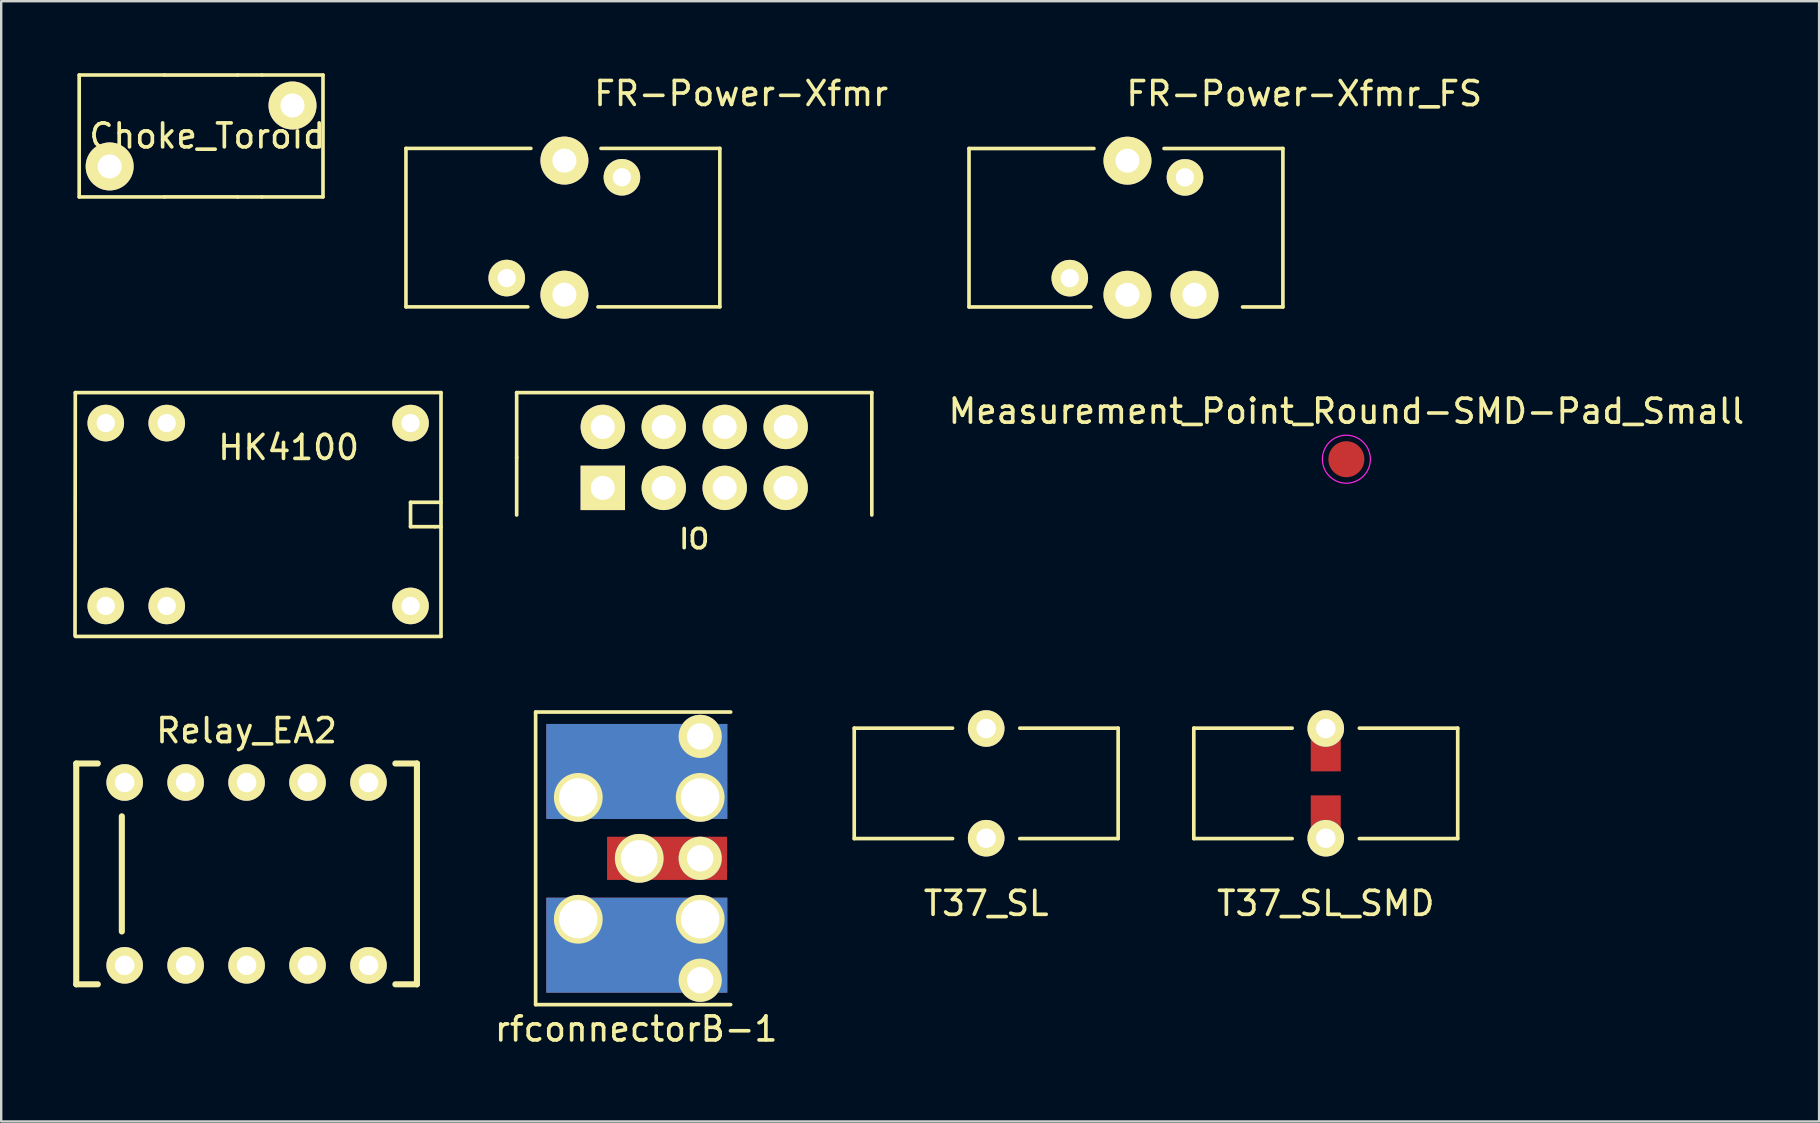
<source format=kicad_pcb>
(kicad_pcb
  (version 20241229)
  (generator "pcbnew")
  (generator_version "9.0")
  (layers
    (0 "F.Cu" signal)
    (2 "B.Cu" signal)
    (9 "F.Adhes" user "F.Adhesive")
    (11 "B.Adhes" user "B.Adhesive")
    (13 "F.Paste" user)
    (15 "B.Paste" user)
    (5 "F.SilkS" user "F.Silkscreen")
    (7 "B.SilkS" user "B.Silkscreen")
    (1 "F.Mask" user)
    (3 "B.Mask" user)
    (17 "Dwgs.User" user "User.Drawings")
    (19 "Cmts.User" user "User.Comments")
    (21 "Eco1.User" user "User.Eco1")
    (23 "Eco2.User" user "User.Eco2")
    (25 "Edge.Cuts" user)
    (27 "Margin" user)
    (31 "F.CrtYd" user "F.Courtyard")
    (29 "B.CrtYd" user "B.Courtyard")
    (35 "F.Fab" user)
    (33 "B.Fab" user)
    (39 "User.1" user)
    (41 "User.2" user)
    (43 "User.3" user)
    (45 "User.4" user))
  (footprint "Choke_Toroid"
    (layer "F.Cu")
    (at 0.25 5.156)
    (property "Reference" "Choke_Toroid" (at 5.334 -2.54 0) (layer "F.SilkS") (effects (font (size 1 1) (thickness 0.152))))
    (attr through_hole)
    (fp_line (start 0 -5.08) (end 0 0) (stroke (width 0.152) (type solid)) (layer "F.SilkS"))
    (fp_line (start 0 -5.08) (end 3.556 -5.08) (stroke (width 0.15) (type solid)) (layer "F.SilkS"))
    (fp_line (start 0 0) (end 3.556 0) (stroke (width 0.15) (type solid)) (layer "F.SilkS"))
    (fp_line (start 3.556 -5.08) (end 6.604 -5.08) (stroke (width 0.152) (type solid)) (layer "F.SilkS"))
    (fp_line (start 3.556 0) (end 6.604 0) (stroke (width 0.152) (type solid)) (layer "F.SilkS"))
    (fp_line (start 7.62 -5.08) (end 6.604 -5.08) (stroke (width 0.15) (type solid)) (layer "F.SilkS"))
    (fp_line (start 7.62 0) (end 6.604 0) (stroke (width 0.15) (type solid)) (layer "F.SilkS"))
    (fp_line (start 10.16 -5.08) (end 7.62 -5.08) (stroke (width 0.15) (type solid)) (layer "F.SilkS"))
    (fp_line (start 10.16 0) (end 7.62 0) (stroke (width 0.15) (type solid)) (layer "F.SilkS"))
    (fp_line (start 10.16 0) (end 10.16 -5.08) (stroke (width 0.152) (type solid)) (layer "F.SilkS"))
    (pad "1" thru_hole circle (at 1.27 -1.27) (size 1.999 1.999) (drill 1.001) (layers "*.Cu" "*.Mask" "F.SilkS"))
    (pad "2" thru_hole circle (at 8.89 -3.81) (size 1.999 1.999) (drill 1.001) (layers "*.Cu" "*.Mask" "F.SilkS")))
  (footprint "T37_SL"
    (layer "F.Cu")
    (at 38.047 29.595)
    (property "Reference" "T37_SL" (at 0 5.001 0) (layer "F.SilkS") (effects (font (size 1 1) (thickness 0.152))))
    (attr through_hole)
    (fp_line (start -5.499 -2.301) (end -1.4 -2.301) (stroke (width 0.152) (type solid)) (layer "F.SilkS"))
    (fp_line (start -5.499 2.301) (end -5.499 -2.301) (stroke (width 0.152) (type solid)) (layer "F.SilkS"))
    (fp_line (start -5.499 2.301) (end -1.4 2.301) (stroke (width 0.152) (type solid)) (layer "F.SilkS"))
    (fp_line (start 1.4 -2.301) (end 5.499 -2.301) (stroke (width 0.152) (type solid)) (layer "F.SilkS"))
    (fp_line (start 5.499 -2.301) (end 5.499 2.301) (stroke (width 0.152) (type solid)) (layer "F.SilkS"))
    (fp_line (start 5.499 2.301) (end 1.4 2.301) (stroke (width 0.152) (type solid)) (layer "F.SilkS"))
    (pad "1" thru_hole circle (at 0 2.286) (size 1.524 1.524) (drill 0.813) (layers "*.Cu" "*.Mask" "F.SilkS"))
    (pad "2" thru_hole circle (at 0 -2.286) (size 1.524 1.524) (drill 0.813) (layers "*.Cu" "*.Mask" "F.SilkS")))
  (footprint "Relay_EA2"
    (layer "F.Cu")
    (at 7.226 33.368)
    (property "Reference" "Relay_EA2" (at 0 -5.969 0) (layer "F.SilkS") (effects (font (size 1 1) (thickness 0.152))))
    (attr through_hole)
    (fp_line (start -7.099 4.6) (end -7.099 -4.6) (stroke (width 0.254) (type solid)) (layer "F.SilkS"))
    (fp_line (start -6.2 -4.6) (end -7.099 -4.6) (stroke (width 0.254) (type solid)) (layer "F.SilkS"))
    (fp_line (start -6.2 4.6) (end -7.099 4.6) (stroke (width 0.254) (type solid)) (layer "F.SilkS"))
    (fp_line (start -5.199 -2.4) (end -5.199 2.4) (stroke (width 0.254) (type solid)) (layer "F.SilkS"))
    (fp_line (start 6.2 4.6) (end 7.099 4.6) (stroke (width 0.254) (type solid)) (layer "F.SilkS"))
    (fp_line (start 7.099 -4.6) (end 6.2 -4.6) (stroke (width 0.254) (type solid)) (layer "F.SilkS"))
    (fp_line (start 7.099 4.6) (end 7.099 -4.6) (stroke (width 0.254) (type solid)) (layer "F.SilkS"))
    (pad "1" thru_hole circle (at -5.08 3.81) (size 1.524 1.524) (drill 0.813) (layers "*.Cu" "*.Mask" "F.SilkS"))
    (pad "2" thru_hole circle (at -2.54 3.81) (size 1.524 1.524) (drill 0.813) (layers "*.Cu" "*.Mask" "F.SilkS"))
    (pad "3" thru_hole circle (at 0 3.81) (size 1.524 1.524) (drill 0.813) (layers "*.Cu" "*.Mask" "F.SilkS"))
    (pad "4" thru_hole circle (at 2.54 3.81) (size 1.524 1.524) (drill 0.813) (layers "*.Cu" "*.Mask" "F.SilkS"))
    (pad "5" thru_hole circle (at 5.08 3.81) (size 1.524 1.524) (drill 0.813) (layers "*.Cu" "*.Mask" "F.SilkS"))
    (pad "6" thru_hole circle (at 5.08 -3.81) (size 1.524 1.524) (drill 0.813) (layers "*.Cu" "*.Mask" "F.SilkS"))
    (pad "7" thru_hole circle (at 2.54 -3.81) (size 1.524 1.524) (drill 0.813) (layers "*.Cu" "*.Mask" "F.SilkS"))
    (pad "8" thru_hole circle (at 0 -3.81) (size 1.524 1.524) (drill 0.813) (layers "*.Cu" "*.Mask" "F.SilkS"))
    (pad "9" thru_hole circle (at -2.54 -3.81) (size 1.524 1.524) (drill 0.813) (layers "*.Cu" "*.Mask" "F.SilkS"))
    (pad "10" thru_hole circle (at -5.08 -3.81) (size 1.524 1.524) (drill 0.813) (layers "*.Cu" "*.Mask" "F.SilkS")))
  (footprint "FR-Power-Xfmr"
    (layer "F.Cu")
    (at 13.867 9.738)
    (property "Reference" "FR-Power-Xfmr" (at 13.97 -8.89 0) (layer "F.SilkS") (effects (font (size 1 1) (thickness 0.15))))
    (attr through_hole)
    (fp_line (start 0 -6.604) (end 0 0) (stroke (width 0.15) (type solid)) (layer "F.SilkS"))
    (fp_line (start 0 -6.604) (end 5.207 -6.604) (stroke (width 0.15) (type solid)) (layer "F.SilkS"))
    (fp_line (start 0 0) (end 5.08 0) (stroke (width 0.15) (type solid)) (layer "F.SilkS"))
    (fp_line (start 13.081 -6.604) (end 8.128 -6.604) (stroke (width 0.15) (type solid)) (layer "F.SilkS"))
    (fp_line (start 13.081 0) (end 8.001 0) (stroke (width 0.15) (type solid)) (layer "F.SilkS"))
    (fp_line (start 13.081 0) (end 13.081 -6.604) (stroke (width 0.15) (type solid)) (layer "F.SilkS"))
    (pad "1" thru_hole circle (at 6.604 -0.508) (size 1.999 1.999) (drill 1.001) (layers "*.Cu" "*.Mask" "F.SilkS"))
    (pad "2" thru_hole circle (at 6.604 -6.096) (size 1.999 1.999) (drill 1.001) (layers "*.Cu" "*.Mask" "F.SilkS"))
    (pad "3" thru_hole circle (at 4.2 -1.2) (size 1.524 1.524) (drill 0.762) (layers "*.Cu" "*.Mask" "F.SilkS"))
    (pad "4" thru_hole circle (at 9 -5.4) (size 1.524 1.524) (drill 0.762) (layers "*.Cu" "*.Mask" "F.SilkS")))
  (footprint "HK4100"
    (layer "F.Cu")
    (at 7.708 18.391)
    (property "Reference" "HK4100" (at 1.27 -2.794 0) (layer "F.SilkS") (effects (font (size 1 1) (thickness 0.152))))
    (attr through_hole)
    (fp_line (start -7.62 -5.08) (end -7.632 5.032) (stroke (width 0.152) (type solid)) (layer "F.SilkS"))
    (fp_line (start -7.62 5.08) (end 7.62 5.08) (stroke (width 0.152) (type solid)) (layer "F.SilkS"))
    (fp_line (start 6.35 -0.508) (end 6.35 0.508) (stroke (width 0.152) (type solid)) (layer "F.SilkS"))
    (fp_line (start 6.35 0.508) (end 7.366 0.508) (stroke (width 0.152) (type solid)) (layer "F.SilkS"))
    (fp_line (start 7.366 0.508) (end 7.62 0.508) (stroke (width 0.15) (type solid)) (layer "F.SilkS"))
    (fp_line (start 7.62 -5.08) (end -7.62 -5.08) (stroke (width 0.152) (type solid)) (layer "F.SilkS"))
    (fp_line (start 7.62 -0.508) (end 6.35 -0.508) (stroke (width 0.152) (type solid)) (layer "F.SilkS"))
    (fp_line (start 7.62 5.08) (end 7.62 -5.08) (stroke (width 0.152) (type solid)) (layer "F.SilkS"))
    (pad "1" thru_hole circle (at -6.35 3.81) (size 1.524 1.524) (drill 0.762) (layers "*.Cu" "*.Mask" "F.SilkS"))
    (pad "2" thru_hole circle (at -3.81 3.81) (size 1.524 1.524) (drill 0.762) (layers "*.Cu" "*.Mask" "F.SilkS"))
    (pad "3" thru_hole circle (at 6.35 3.81) (size 1.524 1.524) (drill 0.762) (layers "*.Cu" "*.Mask" "F.SilkS"))
    (pad "4" thru_hole circle (at 6.35 -3.81) (size 1.524 1.524) (drill 0.762) (layers "*.Cu" "*.Mask" "F.SilkS"))
    (pad "5" thru_hole circle (at -3.81 -3.81) (size 1.524 1.524) (drill 0.762) (layers "*.Cu" "*.Mask" "F.SilkS"))
    (pad "6" thru_hole circle (at -6.35 -3.81) (size 1.524 1.524) (drill 0.762) (layers "*.Cu" "*.Mask" "F.SilkS")))
  (footprint "Measurement_Point_Round-SMD-Pad_Small"
    (layer "F.Cu")
    (at 53.057 16.087)
    (property "Reference" "Measurement_Point_Round-SMD-Pad_Small" (at 0 -2 0) (layer "F.SilkS") (effects (font (size 1 1) (thickness 0.152))))
    (attr exclude_from_pos_files exclude_from_bom)
    (fp_circle (center 0 0) (end 1 0) (stroke (width 0.05) (type solid)) (fill no) (layer "F.CrtYd"))
    (pad "1" smd circle (at 0 0) (size 1.5 1.5) (layers "F.Cu" "F.Mask")))
  (footprint "FR-Power-Xfmr_FS"
    (layer "F.Cu")
    (at 37.331 9.742)
    (property "Reference" "FR-Power-Xfmr_FS" (at 13.97 -8.89 0) (layer "F.SilkS") (effects (font (size 1 1) (thickness 0.152))))
    (attr through_hole)
    (fp_line (start 0 -6.604) (end 0 0) (stroke (width 0.152) (type solid)) (layer "F.SilkS"))
    (fp_line (start 0 -6.604) (end 5.207 -6.604) (stroke (width 0.152) (type solid)) (layer "F.SilkS"))
    (fp_line (start 0 0) (end 5.08 0) (stroke (width 0.152) (type solid)) (layer "F.SilkS"))
    (fp_line (start 13.081 -6.604) (end 8.128 -6.604) (stroke (width 0.152) (type solid)) (layer "F.SilkS"))
    (fp_line (start 13.081 0) (end 11.4 0) (stroke (width 0.152) (type solid)) (layer "F.SilkS"))
    (fp_line (start 13.081 0) (end 13.081 -6.604) (stroke (width 0.152) (type solid)) (layer "F.SilkS"))
    (pad "1" thru_hole circle (at 6.604 -0.508) (size 1.999 1.999) (drill 1.001) (layers "*.Cu" "*.Mask" "F.SilkS"))
    (pad "2" thru_hole circle (at 6.604 -6.096) (size 1.999 1.999) (drill 1.001) (layers "*.Cu" "*.Mask" "F.SilkS"))
    (pad "3" thru_hole circle (at 4.2 -1.2) (size 1.524 1.524) (drill 0.762) (layers "*.Cu" "*.Mask" "F.SilkS"))
    (pad "4" thru_hole circle (at 9 -5.4) (size 1.524 1.524) (drill 0.762) (layers "*.Cu" "*.Mask" "F.SilkS"))
    (pad "5" thru_hole circle (at 9.398 -0.508) (size 2 2) (drill 1) (layers "*.Cu" "*.Mask" "F.SilkS")))
  (footprint "IO"
    (layer "F.Cu")
    (at 25.881 16.011)
    (property "Reference" "IO" (at 0 3.4 0) (layer "F.SilkS") (effects (font (size 0.8 0.8) (thickness 0.152))))
    (attr through_hole)
    (fp_line (start -7.4 -2.7) (end 7.4 -2.7) (stroke (width 0.152) (type solid)) (layer "F.SilkS"))
    (fp_line (start -7.4 0) (end -7.4 -2.7) (stroke (width 0.152) (type solid)) (layer "F.SilkS"))
    (fp_line (start -7.4 0) (end -7.4 2.4) (stroke (width 0.152) (type solid)) (layer "F.SilkS"))
    (fp_line (start 7.4 -2.7) (end 7.4 2.4) (stroke (width 0.152) (type solid)) (layer "F.SilkS"))
    (pad "1" thru_hole rect (at -3.81 1.27) (size 1.85 1.85) (drill 1) (layers "*.Cu" "*.Mask" "F.SilkS"))
    (pad "2" thru_hole circle (at -3.81 -1.27) (size 1.85 1.85) (drill 1) (layers "*.Cu" "*.Mask" "F.SilkS"))
    (pad "3" thru_hole circle (at -1.27 1.27) (size 1.85 1.85) (drill 1) (layers "*.Cu" "*.Mask" "F.SilkS"))
    (pad "4" thru_hole circle (at -1.27 -1.27) (size 1.85 1.85) (drill 1) (layers "*.Cu" "*.Mask" "F.SilkS"))
    (pad "5" thru_hole circle (at 1.27 1.27) (size 1.85 1.85) (drill 1) (layers "*.Cu" "*.Mask" "F.SilkS"))
    (pad "6" thru_hole circle (at 1.27 -1.27) (size 1.85 1.85) (drill 1) (layers "*.Cu" "*.Mask" "F.SilkS"))
    (pad "7" thru_hole circle (at 3.81 1.27) (size 1.85 1.85) (drill 1) (layers "*.Cu" "*.Mask" "F.SilkS"))
    (pad "8" thru_hole circle (at 3.81 -1.27) (size 1.85 1.85) (drill 1) (layers "*.Cu" "*.Mask" "F.SilkS")))
  (footprint "T37_SL_SMD"
    (layer "F.Cu")
    (at 52.198 29.595)
    (property "Reference" "T37_SL_SMD" (at 0 5.001 0) (layer "F.SilkS") (effects (font (size 1 1) (thickness 0.152))))
    (attr through_hole)
    (fp_line (start -5.499 -2.301) (end -1.4 -2.301) (stroke (width 0.152) (type solid)) (layer "F.SilkS"))
    (fp_line (start -5.499 2.301) (end -5.499 -2.301) (stroke (width 0.152) (type solid)) (layer "F.SilkS"))
    (fp_line (start -5.499 2.301) (end -1.4 2.301) (stroke (width 0.152) (type solid)) (layer "F.SilkS"))
    (fp_line (start 1.4 -2.301) (end 5.499 -2.301) (stroke (width 0.152) (type solid)) (layer "F.SilkS"))
    (fp_line (start 5.499 -2.301) (end 5.499 2.301) (stroke (width 0.152) (type solid)) (layer "F.SilkS"))
    (fp_line (start 5.499 2.301) (end 1.4 2.301) (stroke (width 0.152) (type solid)) (layer "F.SilkS"))
    (pad "1" smd rect (at 0 1.25) (size 1.25 1.5) (layers "F.Cu" "F.Mask" "F.Paste"))
    (pad "1" thru_hole circle (at 0 2.286) (size 1.524 1.524) (drill 0.813) (layers "*.Cu" "*.Mask" "F.SilkS"))
    (pad "2" thru_hole circle (at 0 -2.286) (size 1.524 1.524) (drill 0.813) (layers "*.Cu" "*.Mask" "F.SilkS"))
    (pad "2" smd rect (at 0 -1.25) (size 1.25 1.5) (layers "F.Cu" "F.Mask" "F.Paste")))
  (footprint "rfconnectorB-1"
    (layer "F.Cu")
    (at 27.399 32.719)
    (property "Reference" "rfconnectorB-1" (at -3.937 7.112 0) (layer "F.SilkS") (effects (font (size 1 1) (thickness 0.152))))
    (attr through_hole)
    (fp_line (start -8.128 -6.096) (end -8.128 6.096) (stroke (width 0.152) (type solid)) (layer "F.SilkS"))
    (fp_line (start -8.128 -6.096) (end 0 -6.096) (stroke (width 0.152) (type solid)) (layer "F.SilkS"))
    (fp_line (start -8.128 6.096) (end 0 6.096) (stroke (width 0.152) (type solid)) (layer "F.SilkS"))
    (pad "1" thru_hole circle (at -3.81 0) (size 2.032 2.032) (drill 1.524) (layers "*.Cu" "*.Mask" "F.SilkS"))
    (pad "1" smd rect (at -2.65 0) (size 5 1.8) (layers "F.Cu" "F.Mask" "F.Paste"))
    (pad "1" thru_hole circle (at -1.27 0) (size 1.8 1.8) (drill 1.1) (layers "*.Cu" "*.Mask" "F.SilkS"))
    (pad "2" thru_hole circle (at -6.35 -2.54) (size 2.032 2.032) (drill 1.6) (layers "*.Cu" "*.Mask" "F.SilkS"))
    (pad "2" thru_hole circle (at -6.35 2.54) (size 2.032 2.032) (drill 1.6) (layers "*.Cu" "*.Mask" "F.SilkS"))
    (pad "2" smd rect (at -3.912 -3.62) (size 7.544 3.96) (layers "F.Cu" "F.Mask" "F.Paste"))
    (pad "2" smd rect (at -3.912 -3.62) (size 7.544 3.96) (layers "B.Cu" "B.Mask" "B.Paste"))
    (pad "2" smd rect (at -3.912 3.62) (size 7.544 3.96) (layers "F.Cu" "F.Mask" "F.Paste"))
    (pad "2" smd rect (at -3.912 3.62) (size 7.544 3.96) (layers "B.Cu" "B.Mask" "B.Paste"))
    (pad "2" thru_hole circle (at -1.27 -5.08) (size 1.8 1.8) (drill 1.1) (layers "*.Cu" "*.Mask" "F.SilkS"))
    (pad "2" thru_hole circle (at -1.27 -2.54) (size 2.032 2.032) (drill 1.6) (layers "*.Cu" "*.Mask" "F.SilkS"))
    (pad "2" thru_hole circle (at -1.27 2.54) (size 2.032 2.032) (drill 1.6) (layers "*.Cu" "*.Mask" "F.SilkS"))
    (pad "2" thru_hole circle (at -1.27 5.08) (size 1.8 1.8) (drill 1.1) (layers "*.Cu" "*.Mask" "F.SilkS")))
  (gr_rect
    (start -3 -3)
    (end 72.757 43.684)
    (stroke (width 0.1) (type default))
    (fill no)
    (layer "Edge.Cuts")))
</source>
